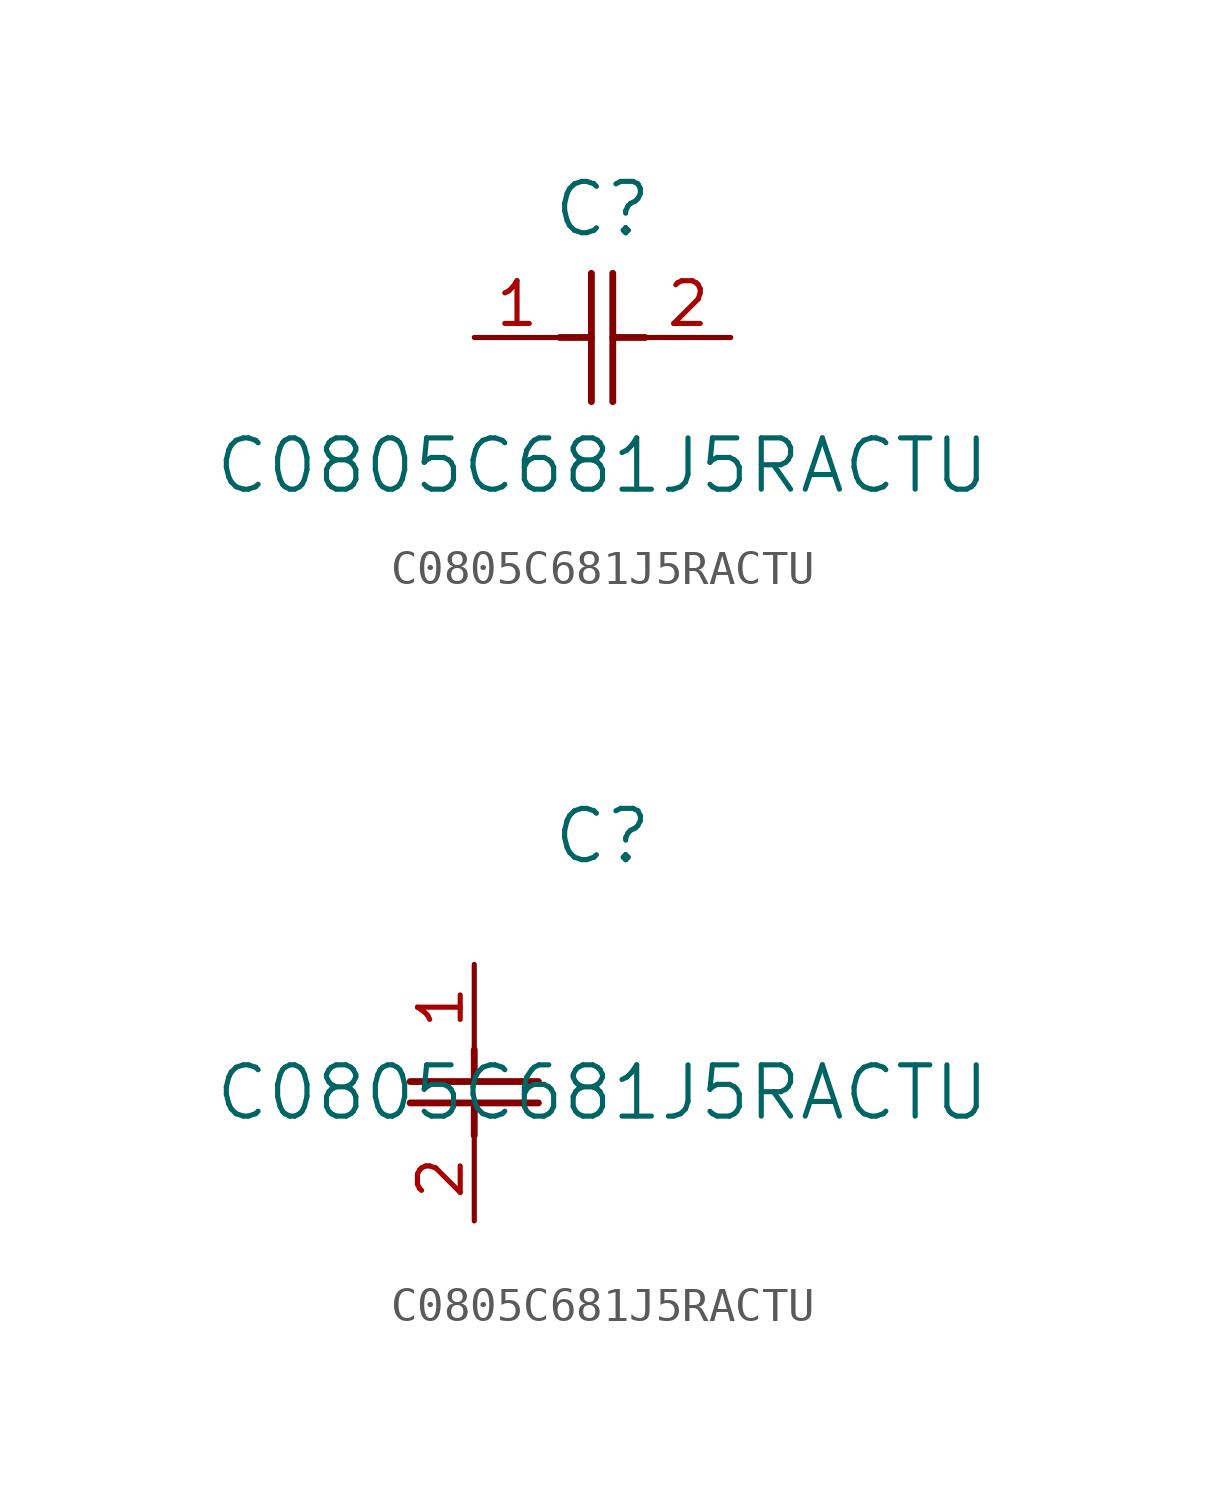
<source format=kicad_sym>
(kicad_symbol_lib
  (version 20211014)
  (generator kicad_symbol_editor)
  (symbol "C0805C681J5RACTU"
    (pin_names
      (offset 0.254))
    (property "Reference" "C"
      (at 3.81 3.81 0)
      (effects (font (size 1.524 1.524))))
    (property "Value" "C0805C681J5RACTU"
      (at 3.81 -3.81 0)
      (effects (font (size 1.524 1.524))))
    (symbol "C0805C681J5RACTU_1_1"
      (polyline (pts (xy 3.48 -1.905) (xy 3.48 1.905)) (stroke (width 0.203) (type default) (color 0 0 0 0)) (fill (type none)))
      (polyline (pts (xy 4.115 -1.905) (xy 4.115 1.905)) (stroke (width 0.203) (type default) (color 0 0 0 0)) (fill (type none)))
      (polyline (pts (xy 4.115 0) (xy 5.08 0)) (stroke (width 0.203) (type default) (color 0 0 0 0)) (fill (type none)))
      (polyline (pts (xy 2.54 0) (xy 3.48 0)) (stroke (width 0.203) (type default) (color 0 0 0 0)) (fill (type none)))
      (pin unspecified line (at 0 0 0) (length 2.54) (name "" (effects (font (size 1.27 1.27)))) (number "1" (effects (font (size 1.27 1.27)))))
      (pin unspecified line (at 7.62 0 180) (length 2.54) (name "" (effects (font (size 1.27 1.27)))) (number "2" (effects (font (size 1.27 1.27))))))
    (symbol "C0805C681J5RACTU_1_2"
      (polyline (pts (xy -1.905 -3.48) (xy 1.905 -3.48)) (stroke (width 0.203) (type default) (color 0 0 0 0)) (fill (type none)))
      (polyline (pts (xy -1.905 -4.115) (xy 1.905 -4.115)) (stroke (width 0.203) (type default) (color 0 0 0 0)) (fill (type none)))
      (polyline (pts (xy 0 -4.115) (xy 0 -5.08)) (stroke (width 0.203) (type default) (color 0 0 0 0)) (fill (type none)))
      (polyline (pts (xy 0 -2.54) (xy 0 -3.48)) (stroke (width 0.203) (type default) (color 0 0 0 0)) (fill (type none)))
      (pin unspecified line (at 0 0 270) (length 2.54) (name "" (effects (font (size 1.27 1.27)))) (number "1" (effects (font (size 1.27 1.27)))))
      (pin unspecified line (at 0 -7.62 90) (length 2.54) (name "" (effects (font (size 1.27 1.27)))) (number "2" (effects (font (size 1.27 1.27))))))))
</source>
